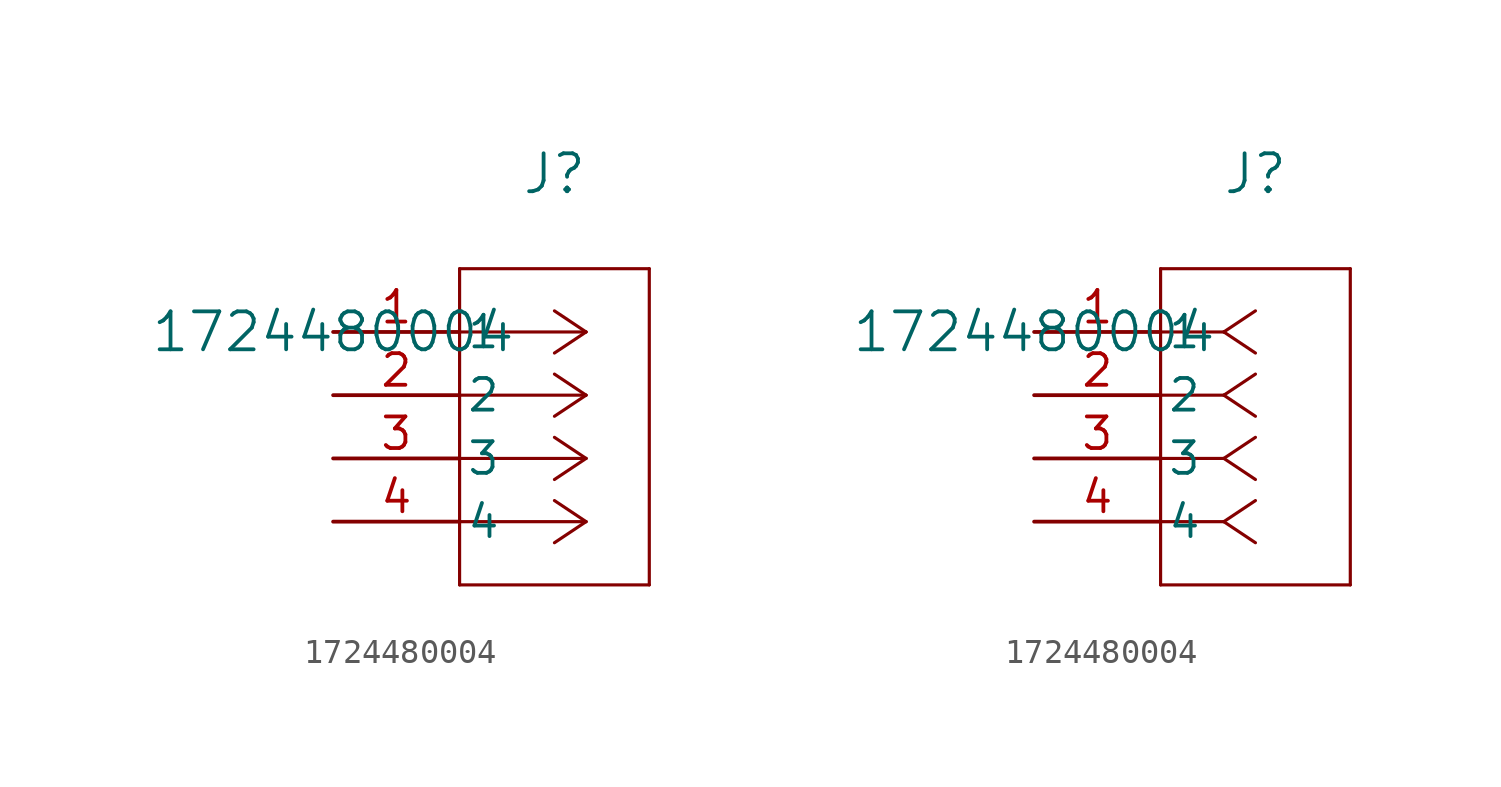
<source format=kicad_sym>
(kicad_symbol_lib
  (version 20211014)
  (generator kicad_symbol_editor)
  (symbol "1724480004"
    (pin_names
      (offset 0.254))
    (property "Reference" "J"
      (at 8.89 6.35 0)
      (effects (font (size 1.524 1.524))))
    (property "Value" "1724480004"
      (at 0 0 0)
      (effects (font (size 1.524 1.524))))
    (symbol "1724480004_1_1"
      (polyline (pts (xy 10.16 0) (xy 5.08 0)) (stroke (width 0.127) (type default) (color 0 0 0 0)) (fill (type none)))
      (polyline (pts (xy 10.16 -2.54) (xy 5.08 -2.54)) (stroke (width 0.127) (type default) (color 0 0 0 0)) (fill (type none)))
      (polyline (pts (xy 10.16 -5.08) (xy 5.08 -5.08)) (stroke (width 0.127) (type default) (color 0 0 0 0)) (fill (type none)))
      (polyline (pts (xy 10.16 -7.62) (xy 5.08 -7.62)) (stroke (width 0.127) (type default) (color 0 0 0 0)) (fill (type none)))
      (polyline (pts (xy 10.16 0) (xy 8.89 0.847)) (stroke (width 0.127) (type default) (color 0 0 0 0)) (fill (type none)))
      (polyline (pts (xy 10.16 -2.54) (xy 8.89 -1.693)) (stroke (width 0.127) (type default) (color 0 0 0 0)) (fill (type none)))
      (polyline (pts (xy 10.16 -5.08) (xy 8.89 -4.233)) (stroke (width 0.127) (type default) (color 0 0 0 0)) (fill (type none)))
      (polyline (pts (xy 10.16 -7.62) (xy 8.89 -6.773)) (stroke (width 0.127) (type default) (color 0 0 0 0)) (fill (type none)))
      (polyline (pts (xy 10.16 0) (xy 8.89 -0.847)) (stroke (width 0.127) (type default) (color 0 0 0 0)) (fill (type none)))
      (polyline (pts (xy 10.16 -2.54) (xy 8.89 -3.387)) (stroke (width 0.127) (type default) (color 0 0 0 0)) (fill (type none)))
      (polyline (pts (xy 10.16 -5.08) (xy 8.89 -5.927)) (stroke (width 0.127) (type default) (color 0 0 0 0)) (fill (type none)))
      (polyline (pts (xy 10.16 -7.62) (xy 8.89 -8.467)) (stroke (width 0.127) (type default) (color 0 0 0 0)) (fill (type none)))
      (polyline (pts (xy 5.08 2.54) (xy 5.08 -10.16)) (stroke (width 0.127) (type default) (color 0 0 0 0)) (fill (type none)))
      (polyline (pts (xy 5.08 -10.16) (xy 12.7 -10.16)) (stroke (width 0.127) (type default) (color 0 0 0 0)) (fill (type none)))
      (polyline (pts (xy 12.7 -10.16) (xy 12.7 2.54)) (stroke (width 0.127) (type default) (color 0 0 0 0)) (fill (type none)))
      (polyline (pts (xy 12.7 2.54) (xy 5.08 2.54)) (stroke (width 0.127) (type default) (color 0 0 0 0)) (fill (type none)))
      (pin unspecified line (at 0 0 0) (length 5.08) (name "1" (effects (font (size 1.27 1.27)))) (number "1" (effects (font (size 1.27 1.27)))))
      (pin unspecified line (at 0 -2.54 0) (length 5.08) (name "2" (effects (font (size 1.27 1.27)))) (number "2" (effects (font (size 1.27 1.27)))))
      (pin unspecified line (at 0 -5.08 0) (length 5.08) (name "3" (effects (font (size 1.27 1.27)))) (number "3" (effects (font (size 1.27 1.27)))))
      (pin unspecified line (at 0 -7.62 0) (length 5.08) (name "4" (effects (font (size 1.27 1.27)))) (number "4" (effects (font (size 1.27 1.27))))))
    (symbol "1724480004_1_2"
      (polyline (pts (xy 7.62 0) (xy 5.08 0)) (stroke (width 0.127) (type default) (color 0 0 0 0)) (fill (type none)))
      (polyline (pts (xy 7.62 -2.54) (xy 5.08 -2.54)) (stroke (width 0.127) (type default) (color 0 0 0 0)) (fill (type none)))
      (polyline (pts (xy 7.62 -5.08) (xy 5.08 -5.08)) (stroke (width 0.127) (type default) (color 0 0 0 0)) (fill (type none)))
      (polyline (pts (xy 7.62 -7.62) (xy 5.08 -7.62)) (stroke (width 0.127) (type default) (color 0 0 0 0)) (fill (type none)))
      (polyline (pts (xy 7.62 0) (xy 8.89 0.847)) (stroke (width 0.127) (type default) (color 0 0 0 0)) (fill (type none)))
      (polyline (pts (xy 7.62 -2.54) (xy 8.89 -1.693)) (stroke (width 0.127) (type default) (color 0 0 0 0)) (fill (type none)))
      (polyline (pts (xy 7.62 -5.08) (xy 8.89 -4.233)) (stroke (width 0.127) (type default) (color 0 0 0 0)) (fill (type none)))
      (polyline (pts (xy 7.62 -7.62) (xy 8.89 -6.773)) (stroke (width 0.127) (type default) (color 0 0 0 0)) (fill (type none)))
      (polyline (pts (xy 7.62 0) (xy 8.89 -0.847)) (stroke (width 0.127) (type default) (color 0 0 0 0)) (fill (type none)))
      (polyline (pts (xy 7.62 -2.54) (xy 8.89 -3.387)) (stroke (width 0.127) (type default) (color 0 0 0 0)) (fill (type none)))
      (polyline (pts (xy 7.62 -5.08) (xy 8.89 -5.927)) (stroke (width 0.127) (type default) (color 0 0 0 0)) (fill (type none)))
      (polyline (pts (xy 7.62 -7.62) (xy 8.89 -8.467)) (stroke (width 0.127) (type default) (color 0 0 0 0)) (fill (type none)))
      (polyline (pts (xy 5.08 2.54) (xy 5.08 -10.16)) (stroke (width 0.127) (type default) (color 0 0 0 0)) (fill (type none)))
      (polyline (pts (xy 5.08 -10.16) (xy 12.7 -10.16)) (stroke (width 0.127) (type default) (color 0 0 0 0)) (fill (type none)))
      (polyline (pts (xy 12.7 -10.16) (xy 12.7 2.54)) (stroke (width 0.127) (type default) (color 0 0 0 0)) (fill (type none)))
      (polyline (pts (xy 12.7 2.54) (xy 5.08 2.54)) (stroke (width 0.127) (type default) (color 0 0 0 0)) (fill (type none)))
      (pin unspecified line (at 0 0 0) (length 5.08) (name "1" (effects (font (size 1.27 1.27)))) (number "1" (effects (font (size 1.27 1.27)))))
      (pin unspecified line (at 0 -2.54 0) (length 5.08) (name "2" (effects (font (size 1.27 1.27)))) (number "2" (effects (font (size 1.27 1.27)))))
      (pin unspecified line (at 0 -5.08 0) (length 5.08) (name "3" (effects (font (size 1.27 1.27)))) (number "3" (effects (font (size 1.27 1.27)))))
      (pin unspecified line (at 0 -7.62 0) (length 5.08) (name "4" (effects (font (size 1.27 1.27)))) (number "4" (effects (font (size 1.27 1.27))))))))
</source>
